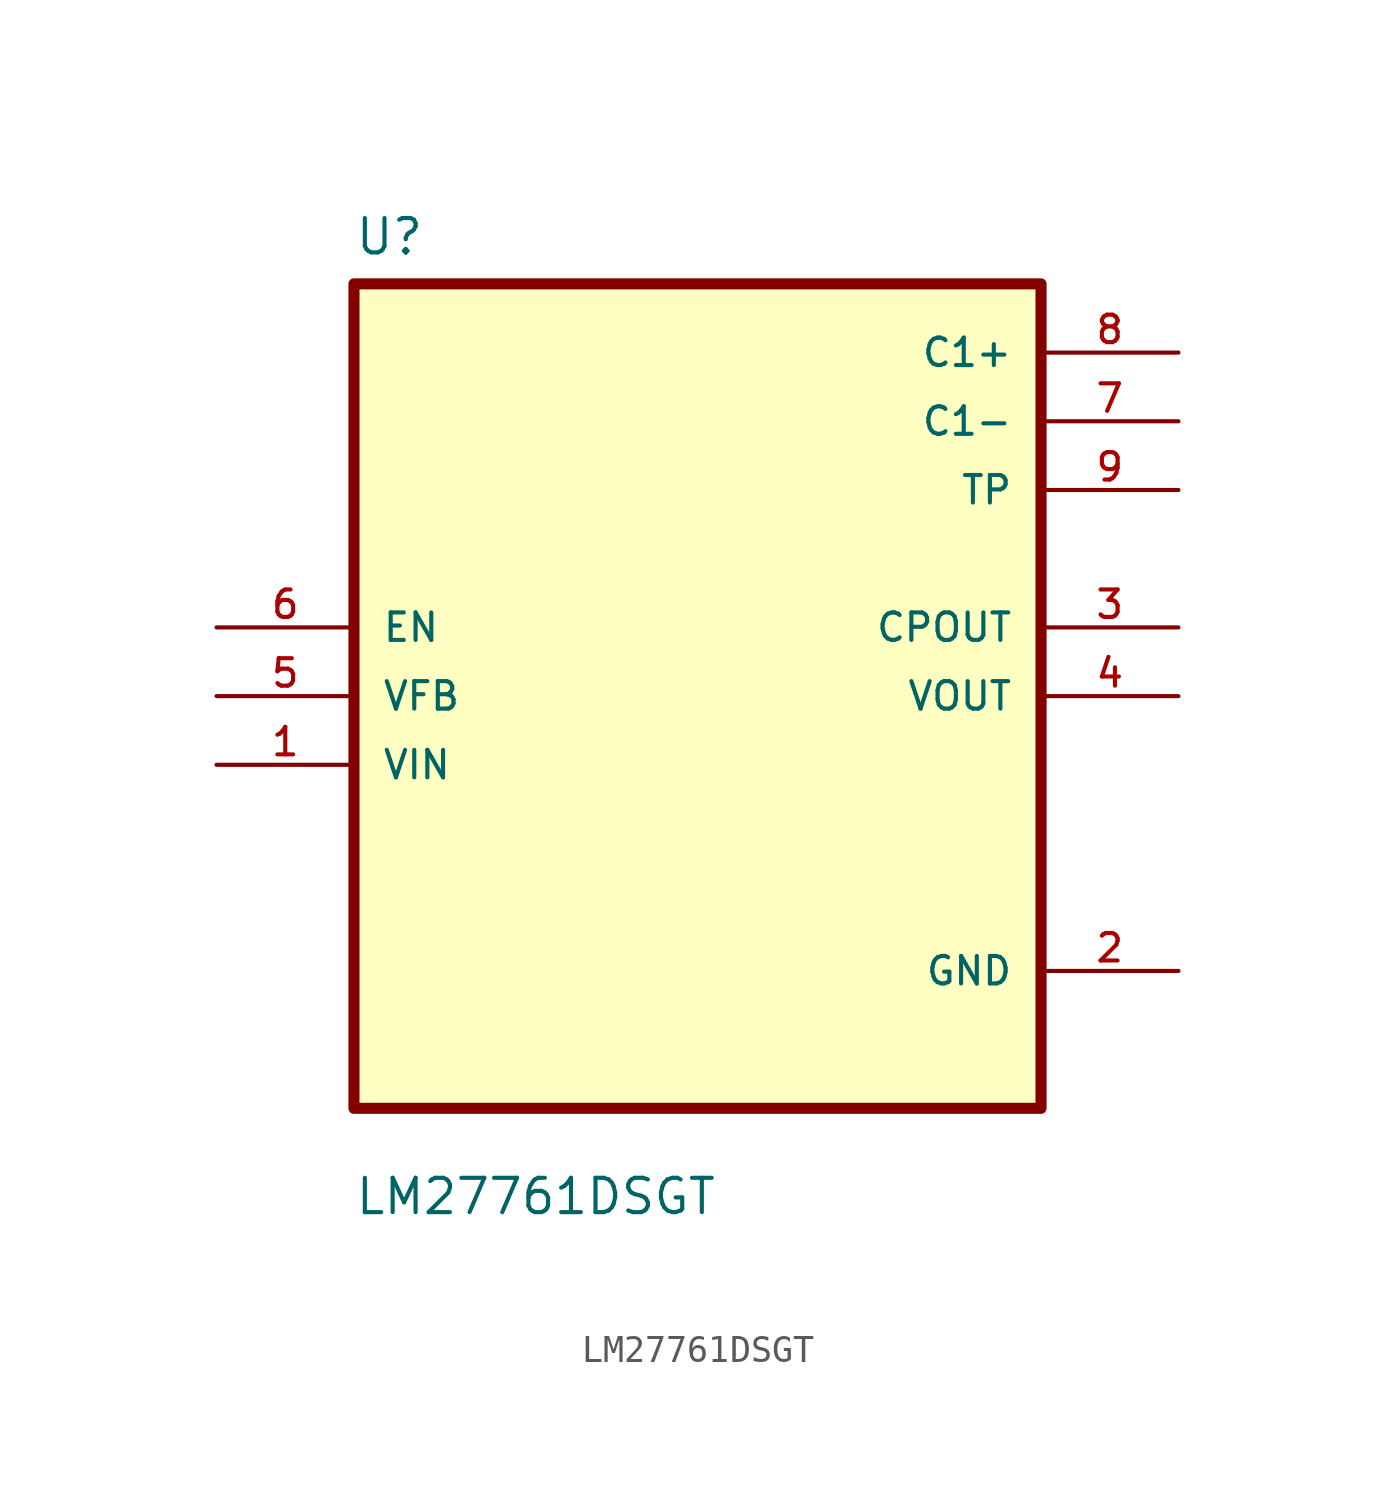
<source format=kicad_sym>
(kicad_symbol_lib
  (version 20211014)
  (generator kicad_symbol_editor)
  (symbol "LM27761DSGT"
    (pin_names
      (offset 1.016))
    (property "Reference" "U"
      (at -12.7 16.24 0.0)
      (effects (font (size 1.27 1.27)) (justify bottom left)))
    (property "Value" "LM27761DSGT"
      (at -12.7 -19.24 0.0)
      (effects (font (size 1.27 1.27)) (justify bottom left)))
    (symbol "LM27761DSGT_0_0"
      (rectangle (start -12.7 -15.24) (end 12.7 15.24) (stroke (width 0.41)) (fill (type background)))
      (pin input line (at -17.78 2.54 0) (length 5.08) (name "EN" (effects (font (size 1.016 1.016)))) (number "6" (effects (font (size 1.016 1.016)))))
      (pin input line (at -17.78 0.0 0) (length 5.08) (name "VFB" (effects (font (size 1.016 1.016)))) (number "5" (effects (font (size 1.016 1.016)))))
      (pin input line (at -17.78 -2.54 0) (length 5.08) (name "VIN" (effects (font (size 1.016 1.016)))) (number "1" (effects (font (size 1.016 1.016)))))
      (pin power_in line (at 17.78 12.7 180.0) (length 5.08) (name "C1+" (effects (font (size 1.016 1.016)))) (number "8" (effects (font (size 1.016 1.016)))))
      (pin power_in line (at 17.78 10.16 180.0) (length 5.08) (name "C1-" (effects (font (size 1.016 1.016)))) (number "7" (effects (font (size 1.016 1.016)))))
      (pin power_in line (at 17.78 7.62 180.0) (length 5.08) (name "TP" (effects (font (size 1.016 1.016)))) (number "9" (effects (font (size 1.016 1.016)))))
      (pin output line (at 17.78 2.54 180.0) (length 5.08) (name "CPOUT" (effects (font (size 1.016 1.016)))) (number "3" (effects (font (size 1.016 1.016)))))
      (pin output line (at 17.78 0.0 180.0) (length 5.08) (name "VOUT" (effects (font (size 1.016 1.016)))) (number "4" (effects (font (size 1.016 1.016)))))
      (pin power_in line (at 17.78 -10.16 180.0) (length 5.08) (name "GND" (effects (font (size 1.016 1.016)))) (number "2" (effects (font (size 1.016 1.016))))))))
</source>
